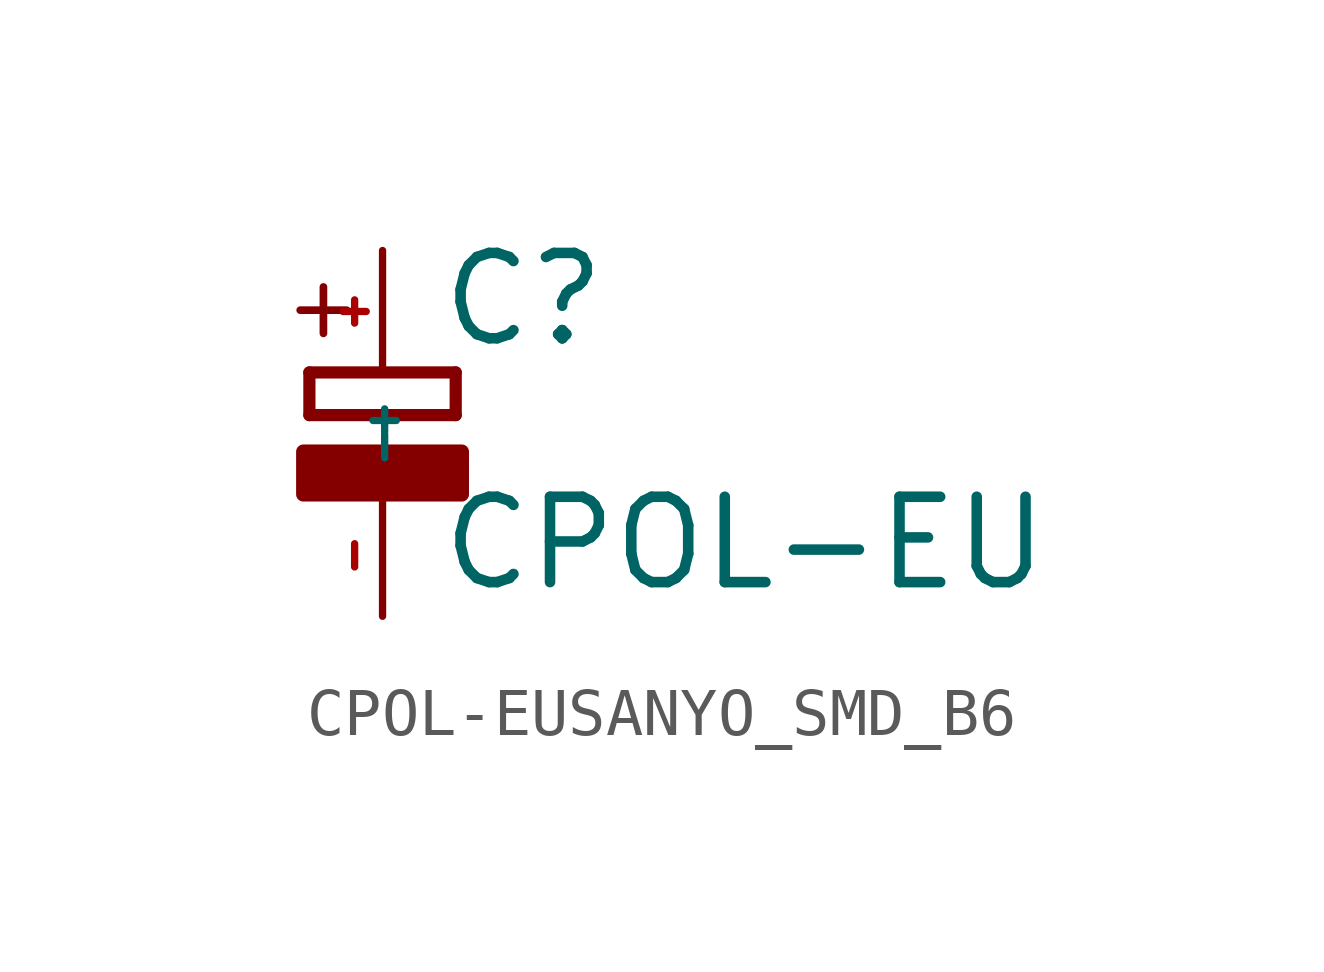
<source format=kicad_sym>
(kicad_symbol_lib
  (version 20220914)
  (generator Eagle2Kicad)
  (symbol "CPOL-EUSANYO_SMD_B6"
    (property "Reference" "C"
      (at 1.143 0.483 0)
      (effects (font (size 1.778 1.778) (thickness 0.22)) (justify left bottom)))
    (property "Value" "CPOL-EU"
      (at 1.143 -4.597 0)
      (effects (font (size 1.778 1.778) (thickness 0.22)) (justify left bottom)))
    (polyline
      (pts (xy -1.524 -0.889) (xy 1.524 -0.889))
      (stroke (width 0.254) (type default))
      (fill (type none)))
    (polyline
      (pts (xy 1.524 -0.889) (xy 1.524 0))
      (stroke (width 0.254) (type default))
      (fill (type none)))
    (polyline
      (pts (xy -1.524 0) (xy -1.524 -0.889))
      (stroke (width 0.254) (type default))
      (fill (type none)))
    (polyline
      (pts (xy -1.524 0) (xy 1.524 0))
      (stroke (width 0.254) (type default))
      (fill (type none)))
    (text "+"
      (at -0.584 0.406 900)
      (effects (font (size 1.27 1.27) (thickness 0.16)) (justify left bottom)))
    (rectangle
      (start -1.651 -2.54)
      (end 1.651 -1.651)
      (stroke (width 0.3) (type default))
      (fill (type outline)))
    (pin passive line
      (at 0 -5.08 90)
      (length 2.54)
      (name "-" (effects (font (size 0.635 0.635) (thickness 0.08)) (justify left bottom)))
      (number "-" (effects (font (size 0.635 0.635) (thickness 0.08)) (justify left bottom))))
    (pin passive line
      (at 0 2.54 270)
      (length 2.54)
      (name "+" (effects (font (size 0.635 0.635) (thickness 0.08)) (justify left bottom)))
      (number "+" (effects (font (size 0.635 0.635) (thickness 0.08)) (justify left bottom))))))
</source>
